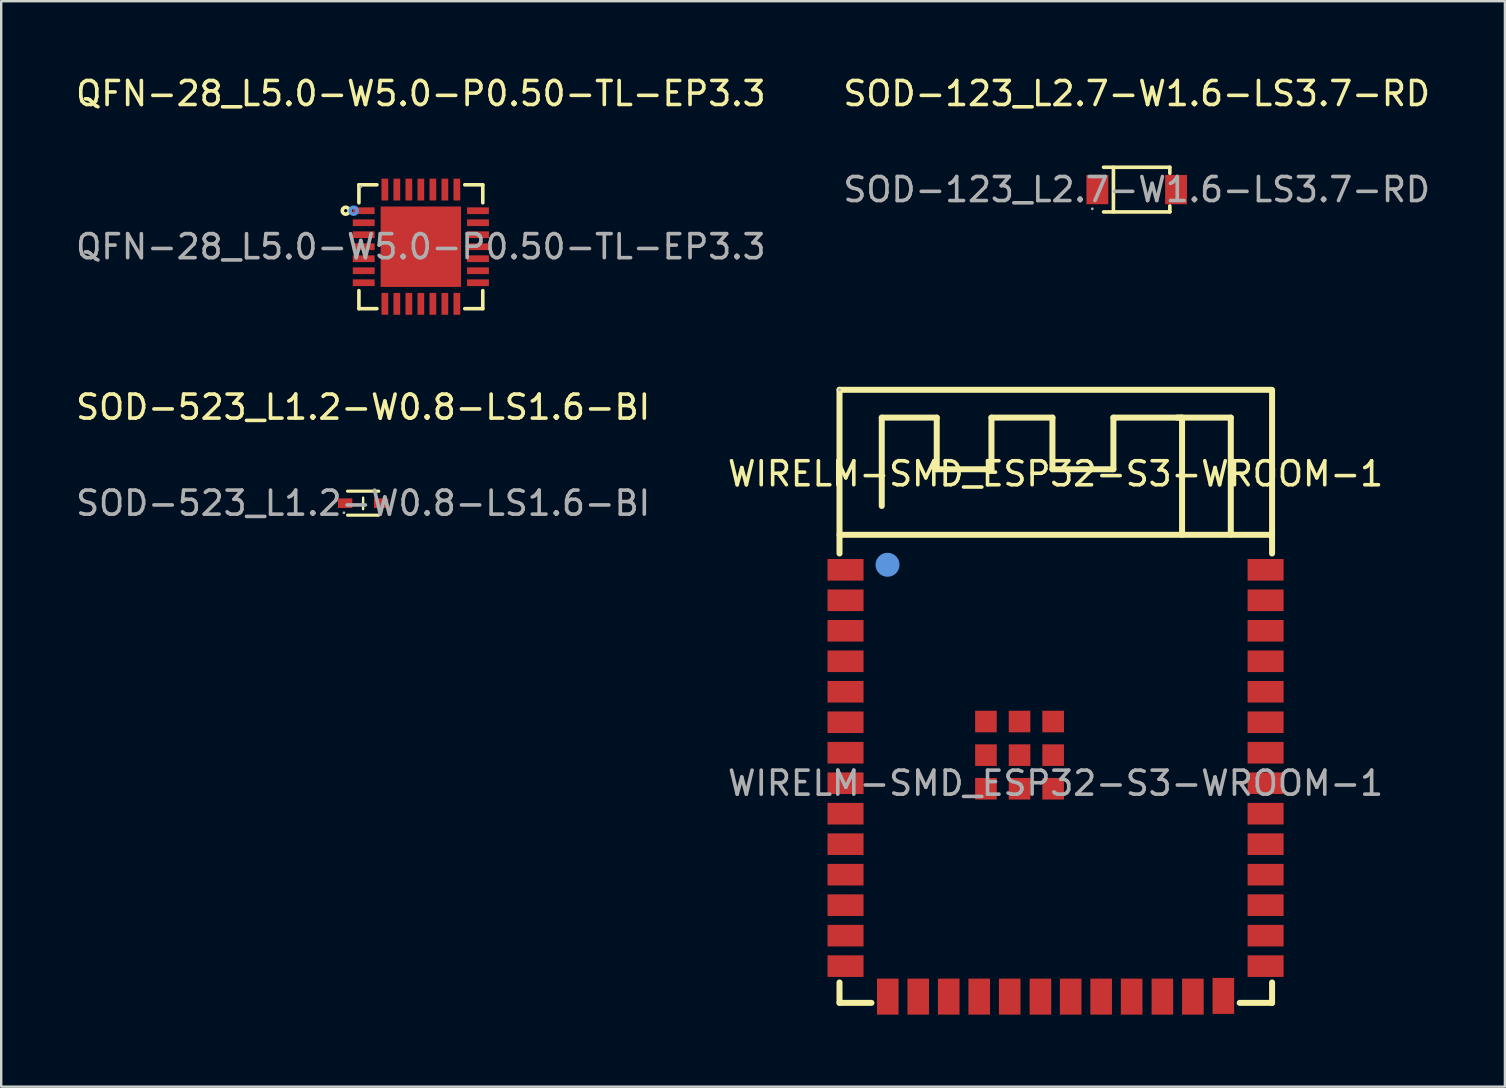
<source format=kicad_pcb>
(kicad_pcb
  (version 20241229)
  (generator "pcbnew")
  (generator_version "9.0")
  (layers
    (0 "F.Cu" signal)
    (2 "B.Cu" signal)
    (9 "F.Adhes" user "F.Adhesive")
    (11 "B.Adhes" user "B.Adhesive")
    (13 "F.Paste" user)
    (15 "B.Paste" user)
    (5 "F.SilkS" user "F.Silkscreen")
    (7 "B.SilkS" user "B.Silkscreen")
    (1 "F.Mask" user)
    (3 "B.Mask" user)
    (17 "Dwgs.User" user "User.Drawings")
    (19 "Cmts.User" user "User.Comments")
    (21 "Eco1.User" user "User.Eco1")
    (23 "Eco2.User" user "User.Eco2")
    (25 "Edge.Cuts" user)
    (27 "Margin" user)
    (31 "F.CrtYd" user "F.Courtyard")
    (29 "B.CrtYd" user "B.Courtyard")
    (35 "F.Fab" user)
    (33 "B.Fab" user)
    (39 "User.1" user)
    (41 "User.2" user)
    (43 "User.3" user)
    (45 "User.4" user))
  (footprint "SOD-123_L2.7-W1.6-LS3.7-RD"
    (layer "F.Cu")
    (at 44.304 4.848)
    (property "Reference" "SOD-123_L2.7-W1.6-LS3.7-RD" (at 0 -4 0) (layer "F.SilkS") (effects (font (size 1 1) (thickness 0.15))))
    (attr smd)
    (fp_line (start -1.38 -0.93) (end 1.38 -0.93) (stroke (width 0.15) (type solid)) (layer "F.SilkS"))
    (fp_line (start -1.38 0.93) (end 1.38 0.93) (stroke (width 0.15) (type solid)) (layer "F.SilkS"))
    (fp_line (start -0.97 -0.93) (end -0.97 0.93) (stroke (width 0.15) (type solid)) (layer "F.SilkS"))
    (fp_line (start 1.38 -0.93) (end 1.38 -0.68) (stroke (width 0.15) (type solid)) (layer "F.SilkS"))
    (fp_line (start 1.38 0.93) (end 1.38 0.68) (stroke (width 0.15) (type solid)) (layer "F.SilkS"))
    (fp_circle (center -1.85 0.8) (end -1.82 0.8) (stroke (width 0.06) (type solid)) (fill no) (layer "F.Fab"))
    (fp_text user "${REFERENCE}" (at 0 0 0) (layer "F.Fab") (effects (font (size 1 1) (thickness 0.15))))
    (pad "1" smd rect (at -1.64 0) (size 0.91 1.22) (layers "F.Cu" "F.Mask" "F.Paste"))
    (pad "2" smd rect (at 1.64 0) (size 0.91 1.22) (layers "F.Cu" "F.Mask" "F.Paste")))
  (footprint "WIRELM-SMD_ESP32-S3-WROOM-1"
    (layer "F.Cu")
    (at 40.923 29.578)
    (property "Reference" "WIRELM-SMD_ESP32-S3-WROOM-1" (at 0 -12.89 0) (layer "F.SilkS") (effects (font (size 1 1) (thickness 0.15))))
    (attr smd)
    (fp_line (start -9 -16.39) (end -9 -9.57) (stroke (width 0.25) (type solid)) (layer "F.SilkS"))
    (fp_line (start -9 -10.35) (end 9.02 -10.35) (stroke (width 0.25) (type solid)) (layer "F.SilkS"))
    (fp_line (start -9 8.3) (end -9 9.15) (stroke (width 0.25) (type solid)) (layer "F.SilkS"))
    (fp_line (start -9 9.15) (end -7.67 9.15) (stroke (width 0.25) (type solid)) (layer "F.SilkS"))
    (fp_line (start -7.24 -15.23) (end -7.24 -11.55) (stroke (width 0.25) (type solid)) (layer "F.SilkS"))
    (fp_line (start -4.95 -15.23) (end -7.24 -15.23) (stroke (width 0.25) (type solid)) (layer "F.SilkS"))
    (fp_line (start -4.95 -13.08) (end -4.95 -15.23) (stroke (width 0.25) (type solid)) (layer "F.SilkS"))
    (fp_line (start -2.67 -15.23) (end -2.67 -13.08) (stroke (width 0.25) (type solid)) (layer "F.SilkS"))
    (fp_line (start -2.67 -13.08) (end -4.95 -13.08) (stroke (width 0.25) (type solid)) (layer "F.SilkS"))
    (fp_line (start -0.13 -15.23) (end -2.67 -15.23) (stroke (width 0.25) (type solid)) (layer "F.SilkS"))
    (fp_line (start -0.13 -13.08) (end -0.13 -15.23) (stroke (width 0.25) (type solid)) (layer "F.SilkS"))
    (fp_line (start 2.41 -15.23) (end 2.41 -13.08) (stroke (width 0.25) (type solid)) (layer "F.SilkS"))
    (fp_line (start 2.41 -13.08) (end -0.13 -13.08) (stroke (width 0.25) (type solid)) (layer "F.SilkS"))
    (fp_line (start 5.27 -15.23) (end 2.41 -15.23) (stroke (width 0.25) (type solid)) (layer "F.SilkS"))
    (fp_line (start 5.27 -10.35) (end 5.27 -15.23) (stroke (width 0.25) (type solid)) (layer "F.SilkS"))
    (fp_line (start 7.3 -15.23) (end 5.06 -15.23) (stroke (width 0.25) (type solid)) (layer "F.SilkS"))
    (fp_line (start 7.3 -10.35) (end 7.3 -15.23) (stroke (width 0.25) (type solid)) (layer "F.SilkS"))
    (fp_line (start 7.67 9.15) (end 9.02 9.15) (stroke (width 0.25) (type solid)) (layer "F.SilkS"))
    (fp_line (start 9 -16.39) (end -9 -16.39) (stroke (width 0.25) (type solid)) (layer "F.SilkS"))
    (fp_line (start 9.02 -9.57) (end 9.02 -16.38) (stroke (width 0.25) (type solid)) (layer "F.SilkS"))
    (fp_line (start 9.02 9.15) (end 9.02 8.3) (stroke (width 0.25) (type solid)) (layer "F.SilkS"))
    (fp_circle (center -7 -9.1) (end -6.75 -9.1) (stroke (width 0.5) (type solid)) (fill no) (layer "Cmts.User"))
    (fp_circle (center -9 -16.39) (end -8.97 -16.39) (stroke (width 0.06) (type solid)) (fill no) (layer "F.Fab"))
    (fp_text user "${REFERENCE}" (at 0 0 0) (layer "F.Fab") (effects (font (size 1 1) (thickness 0.15))))
    (pad "1" smd rect (at -8.75 -8.89) (size 1.5 0.9) (layers "F.Cu" "F.Mask" "F.Paste"))
    (pad "2" smd rect (at -8.75 -7.62) (size 1.5 0.9) (layers "F.Cu" "F.Mask" "F.Paste"))
    (pad "3" smd rect (at -8.75 -6.35) (size 1.5 0.9) (layers "F.Cu" "F.Mask" "F.Paste"))
    (pad "4" smd rect (at -8.75 -5.08) (size 1.5 0.9) (layers "F.Cu" "F.Mask" "F.Paste"))
    (pad "5" smd rect (at -8.75 -3.81) (size 1.5 0.9) (layers "F.Cu" "F.Mask" "F.Paste"))
    (pad "6" smd rect (at -8.75 -2.54) (size 1.5 0.9) (layers "F.Cu" "F.Mask" "F.Paste"))
    (pad "7" smd rect (at -8.75 -1.27) (size 1.5 0.9) (layers "F.Cu" "F.Mask" "F.Paste"))
    (pad "8" smd rect (at -8.75 0) (size 1.5 0.9) (layers "F.Cu" "F.Mask" "F.Paste"))
    (pad "9" smd rect (at -8.75 1.27) (size 1.5 0.9) (layers "F.Cu" "F.Mask" "F.Paste"))
    (pad "10" smd rect (at -8.75 2.54) (size 1.5 0.9) (layers "F.Cu" "F.Mask" "F.Paste"))
    (pad "11" smd rect (at -8.75 3.81) (size 1.5 0.9) (layers "F.Cu" "F.Mask" "F.Paste"))
    (pad "12" smd rect (at -8.75 5.08) (size 1.5 0.9) (layers "F.Cu" "F.Mask" "F.Paste"))
    (pad "13" smd rect (at -8.75 6.35) (size 1.5 0.9) (layers "F.Cu" "F.Mask" "F.Paste"))
    (pad "14" smd rect (at -8.75 7.62) (size 1.5 0.9) (layers "F.Cu" "F.Mask" "F.Paste"))
    (pad "15" smd rect (at -6.99 8.89 90) (size 1.5 0.9) (layers "F.Cu" "F.Mask" "F.Paste"))
    (pad "16" smd rect (at -5.72 8.89 90) (size 1.5 0.9) (layers "F.Cu" "F.Mask" "F.Paste"))
    (pad "17" smd rect (at -4.45 8.89 90) (size 1.5 0.9) (layers "F.Cu" "F.Mask" "F.Paste"))
    (pad "18" smd rect (at -3.18 8.89 90) (size 1.5 0.9) (layers "F.Cu" "F.Mask" "F.Paste"))
    (pad "19" smd rect (at -1.91 8.89 90) (size 1.5 0.9) (layers "F.Cu" "F.Mask" "F.Paste"))
    (pad "20" smd rect (at -0.63 8.89 90) (size 1.5 0.9) (layers "F.Cu" "F.Mask" "F.Paste"))
    (pad "21" smd rect (at 0.63 8.89 90) (size 1.5 0.9) (layers "F.Cu" "F.Mask" "F.Paste"))
    (pad "22" smd rect (at 1.9 8.89 90) (size 1.5 0.9) (layers "F.Cu" "F.Mask" "F.Paste"))
    (pad "23" smd rect (at 3.17 8.89 90) (size 1.5 0.9) (layers "F.Cu" "F.Mask" "F.Paste"))
    (pad "24" smd rect (at 4.45 8.89 90) (size 1.5 0.9) (layers "F.Cu" "F.Mask" "F.Paste"))
    (pad "25" smd rect (at 5.72 8.89 90) (size 1.5 0.9) (layers "F.Cu" "F.Mask" "F.Paste"))
    (pad "26" smd rect (at 6.99 8.86 90) (size 1.5 0.9) (layers "F.Cu" "F.Mask" "F.Paste"))
    (pad "27" smd rect (at 8.75 7.62 180) (size 1.5 0.9) (layers "F.Cu" "F.Mask" "F.Paste"))
    (pad "28" smd rect (at 8.75 6.35 180) (size 1.5 0.9) (layers "F.Cu" "F.Mask" "F.Paste"))
    (pad "29" smd rect (at 8.75 5.08 180) (size 1.5 0.9) (layers "F.Cu" "F.Mask" "F.Paste"))
    (pad "30" smd rect (at 8.75 3.81 180) (size 1.5 0.9) (layers "F.Cu" "F.Mask" "F.Paste"))
    (pad "31" smd rect (at 8.75 2.54 180) (size 1.5 0.9) (layers "F.Cu" "F.Mask" "F.Paste"))
    (pad "32" smd rect (at 8.75 1.27 180) (size 1.5 0.9) (layers "F.Cu" "F.Mask" "F.Paste"))
    (pad "33" smd rect (at 8.75 0 180) (size 1.5 0.9) (layers "F.Cu" "F.Mask" "F.Paste"))
    (pad "34" smd rect (at 8.75 -1.27 180) (size 1.5 0.9) (layers "F.Cu" "F.Mask" "F.Paste"))
    (pad "35" smd rect (at 8.75 -2.54 180) (size 1.5 0.9) (layers "F.Cu" "F.Mask" "F.Paste"))
    (pad "36" smd rect (at 8.75 -3.81 180) (size 1.5 0.9) (layers "F.Cu" "F.Mask" "F.Paste"))
    (pad "37" smd rect (at 8.75 -5.08 180) (size 1.5 0.9) (layers "F.Cu" "F.Mask" "F.Paste"))
    (pad "38" smd rect (at 8.75 -6.35 180) (size 1.5 0.9) (layers "F.Cu" "F.Mask" "F.Paste"))
    (pad "39" smd rect (at 8.75 -7.62 180) (size 1.5 0.9) (layers "F.Cu" "F.Mask" "F.Paste"))
    (pad "40" smd rect (at 8.75 -8.89 180) (size 1.5 0.9) (layers "F.Cu" "F.Mask" "F.Paste"))
    (pad "41" smd rect (at -2.9 -2.57 90) (size 0.9 0.9) (layers "F.Cu" "F.Mask" "F.Paste"))
    (pad "41" smd rect (at -2.9 -1.17 90) (size 0.9 0.9) (layers "F.Cu" "F.Mask" "F.Paste"))
    (pad "41" smd rect (at -2.9 0.23 90) (size 0.9 0.9) (layers "F.Cu" "F.Mask" "F.Paste"))
    (pad "41" smd rect (at -1.5 -2.57 90) (size 0.9 0.9) (layers "F.Cu" "F.Mask" "F.Paste"))
    (pad "41" smd rect (at -1.5 -1.17 90) (size 0.9 0.9) (layers "F.Cu" "F.Mask" "F.Paste"))
    (pad "41" smd rect (at -1.5 0.23 90) (size 0.9 0.9) (layers "F.Cu" "F.Mask" "F.Paste"))
    (pad "41" smd rect (at -0.1 -2.57 90) (size 0.9 0.9) (layers "F.Cu" "F.Mask" "F.Paste"))
    (pad "41" smd rect (at -0.1 -1.17 90) (size 0.9 0.9) (layers "F.Cu" "F.Mask" "F.Paste"))
    (pad "41" smd rect (at -0.1 0.23 90) (size 0.9 0.9) (layers "F.Cu" "F.Mask" "F.Paste")))
  (footprint "SOD-523_L1.2-W0.8-LS1.6-BI"
    (layer "F.Cu")
    (at 12.077 17.912)
    (property "Reference" "SOD-523_L1.2-W0.8-LS1.6-BI" (at 0 -4 0) (layer "F.SilkS") (effects (font (size 1 1) (thickness 0.15))))
    (attr through_hole)
    (fp_line (start -0.65 -0.5) (end 0.65 -0.5) (stroke (width 0.13) (type solid)) (layer "F.SilkS"))
    (fp_line (start -0.65 0.5) (end 0.65 0.5) (stroke (width 0.13) (type solid)) (layer "F.SilkS"))
    (fp_line (start 0 -0.23) (end 0 0.25) (stroke (width 0.1) (type solid)) (layer "F.SilkS"))
    (fp_circle (center -0.8 0.4) (end -0.77 0.4) (stroke (width 0.06) (type solid)) (fill no) (layer "F.Fab"))
    (fp_text user "${REFERENCE}" (at 0 0 0) (layer "F.Fab") (effects (font (size 1 1) (thickness 0.15))))
    (pad "1" smd rect (at -0.75 0) (size 0.6 0.4) (layers "F.Cu" "F.Mask" "F.Paste"))
    (pad "2" smd rect (at 0.75 0 180) (size 0.6 0.4) (layers "F.Cu" "F.Mask" "F.Paste")))
  (footprint "QFN-28_L5.0-W5.0-P0.50-TL-EP3.3"
    (layer "F.Cu")
    (at 14.482 7.228)
    (property "Reference" "QFN-28_L5.0-W5.0-P0.50-TL-EP3.3" (at 0 -6.38 0) (layer "F.SilkS") (effects (font (size 1 1) (thickness 0.15))))
    (attr smd)
    (fp_line (start -2.58 -2.58) (end -2.58 -1.83) (stroke (width 0.15) (type solid)) (layer "F.SilkS"))
    (fp_line (start -2.58 2.58) (end -2.58 1.83) (stroke (width 0.15) (type solid)) (layer "F.SilkS"))
    (fp_line (start -1.83 -2.58) (end -2.58 -2.58) (stroke (width 0.15) (type solid)) (layer "F.SilkS"))
    (fp_line (start -1.83 2.58) (end -2.58 2.58) (stroke (width 0.15) (type solid)) (layer "F.SilkS"))
    (fp_line (start 1.83 -2.58) (end 2.58 -2.58) (stroke (width 0.15) (type solid)) (layer "F.SilkS"))
    (fp_line (start 1.83 2.58) (end 2.58 2.58) (stroke (width 0.15) (type solid)) (layer "F.SilkS"))
    (fp_line (start 2.58 -2.58) (end 2.58 -1.83) (stroke (width 0.15) (type solid)) (layer "F.SilkS"))
    (fp_line (start 2.58 2.58) (end 2.58 1.83) (stroke (width 0.15) (type solid)) (layer "F.SilkS"))
    (fp_circle (center -3.13 -1.5) (end -3.06 -1.5) (stroke (width 0.15) (type solid)) (fill no) (layer "F.SilkS"))
    (fp_circle (center -2.8 -1.5) (end -2.73 -1.5) (stroke (width 0.15) (type solid)) (fill no) (layer "Cmts.User"))
    (fp_circle (center -2.5 -2.5) (end -2.47 -2.5) (stroke (width 0.06) (type solid)) (fill no) (layer "F.Fab"))
    (fp_text user "${REFERENCE}" (at 0 0 0) (layer "F.Fab") (effects (font (size 1 1) (thickness 0.15))))
    (pad "1" smd rect (at -2.38 -1.5) (size 0.91 0.28) (layers "F.Cu" "F.Mask" "F.Paste"))
    (pad "2" smd rect (at -2.38 -1) (size 0.91 0.28) (layers "F.Cu" "F.Mask" "F.Paste"))
    (pad "3" smd rect (at -2.38 -0.5) (size 0.91 0.28) (layers "F.Cu" "F.Mask" "F.Paste"))
    (pad "4" smd rect (at -2.38 0) (size 0.91 0.28) (layers "F.Cu" "F.Mask" "F.Paste"))
    (pad "5" smd rect (at -2.38 0.5) (size 0.91 0.28) (layers "F.Cu" "F.Mask" "F.Paste"))
    (pad "6" smd rect (at -2.38 1) (size 0.91 0.28) (layers "F.Cu" "F.Mask" "F.Paste"))
    (pad "7" smd rect (at -2.38 1.5) (size 0.91 0.28) (layers "F.Cu" "F.Mask" "F.Paste"))
    (pad "8" smd rect (at -1.5 2.38) (size 0.28 0.91) (layers "F.Cu" "F.Mask" "F.Paste"))
    (pad "9" smd rect (at -1 2.38) (size 0.28 0.91) (layers "F.Cu" "F.Mask" "F.Paste"))
    (pad "10" smd rect (at -0.5 2.38) (size 0.28 0.91) (layers "F.Cu" "F.Mask" "F.Paste"))
    (pad "11" smd rect (at 0 2.38) (size 0.28 0.91) (layers "F.Cu" "F.Mask" "F.Paste"))
    (pad "12" smd rect (at 0.5 2.38) (size 0.28 0.91) (layers "F.Cu" "F.Mask" "F.Paste"))
    (pad "13" smd rect (at 1 2.38) (size 0.28 0.91) (layers "F.Cu" "F.Mask" "F.Paste"))
    (pad "14" smd rect (at 1.5 2.38) (size 0.28 0.91) (layers "F.Cu" "F.Mask" "F.Paste"))
    (pad "15" smd rect (at 2.38 1.5) (size 0.91 0.28) (layers "F.Cu" "F.Mask" "F.Paste"))
    (pad "16" smd rect (at 2.38 1) (size 0.91 0.28) (layers "F.Cu" "F.Mask" "F.Paste"))
    (pad "17" smd rect (at 2.38 0.5) (size 0.91 0.28) (layers "F.Cu" "F.Mask" "F.Paste"))
    (pad "18" smd rect (at 2.38 0) (size 0.91 0.28) (layers "F.Cu" "F.Mask" "F.Paste"))
    (pad "19" smd rect (at 2.38 -0.5) (size 0.91 0.28) (layers "F.Cu" "F.Mask" "F.Paste"))
    (pad "20" smd rect (at 2.38 -1) (size 0.91 0.28) (layers "F.Cu" "F.Mask" "F.Paste"))
    (pad "21" smd rect (at 2.38 -1.5) (size 0.91 0.28) (layers "F.Cu" "F.Mask" "F.Paste"))
    (pad "22" smd rect (at 1.5 -2.38) (size 0.28 0.91) (layers "F.Cu" "F.Mask" "F.Paste"))
    (pad "23" smd rect (at 1 -2.38) (size 0.28 0.91) (layers "F.Cu" "F.Mask" "F.Paste"))
    (pad "24" smd rect (at 0.5 -2.38) (size 0.28 0.91) (layers "F.Cu" "F.Mask" "F.Paste"))
    (pad "25" smd rect (at 0 -2.38) (size 0.28 0.91) (layers "F.Cu" "F.Mask" "F.Paste"))
    (pad "26" smd rect (at -0.5 -2.38) (size 0.28 0.91) (layers "F.Cu" "F.Mask" "F.Paste"))
    (pad "27" smd rect (at -1 -2.38) (size 0.28 0.91) (layers "F.Cu" "F.Mask" "F.Paste"))
    (pad "28" smd rect (at -1.5 -2.38) (size 0.28 0.91) (layers "F.Cu" "F.Mask" "F.Paste"))
    (pad "29" smd rect (at 0 0) (size 3.35 3.35) (layers "F.Cu" "F.Mask" "F.Paste")))
  (gr_rect
    (start -3 -3)
    (end 59.643 42.218)
    (stroke (width 0.1) (type default))
    (fill no)
    (layer "Edge.Cuts")))
</source>
